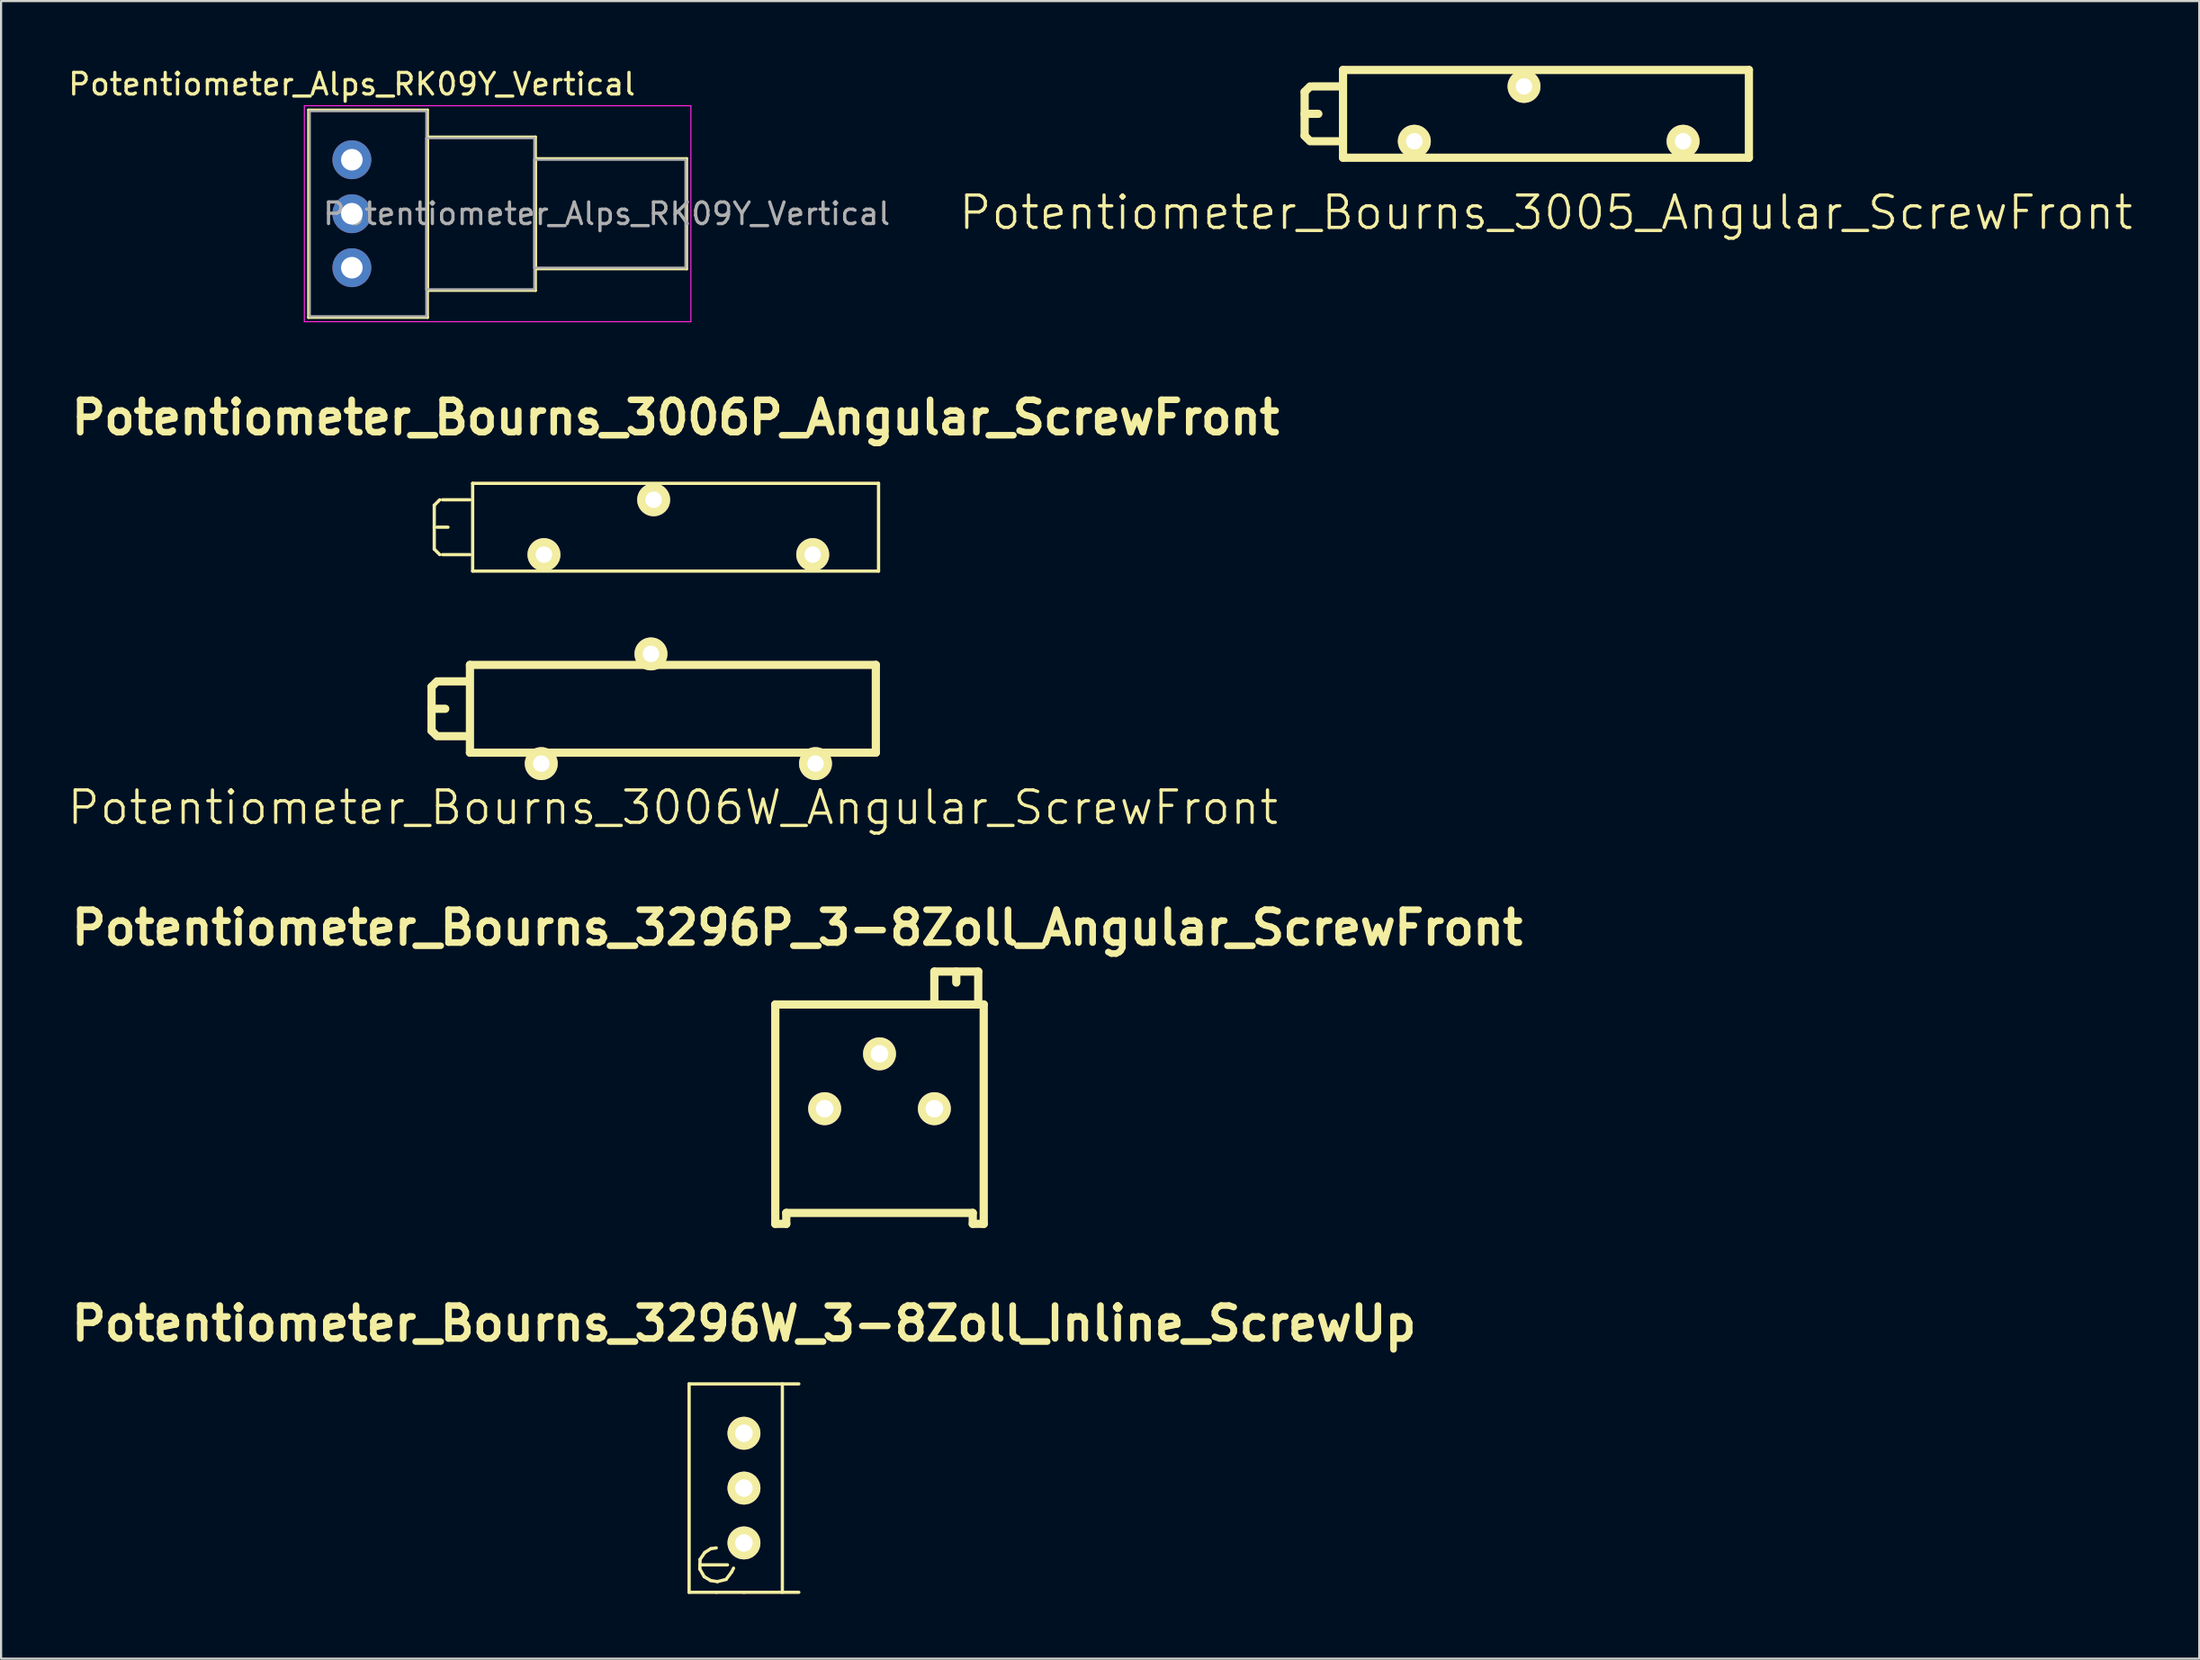
<source format=kicad_pcb>
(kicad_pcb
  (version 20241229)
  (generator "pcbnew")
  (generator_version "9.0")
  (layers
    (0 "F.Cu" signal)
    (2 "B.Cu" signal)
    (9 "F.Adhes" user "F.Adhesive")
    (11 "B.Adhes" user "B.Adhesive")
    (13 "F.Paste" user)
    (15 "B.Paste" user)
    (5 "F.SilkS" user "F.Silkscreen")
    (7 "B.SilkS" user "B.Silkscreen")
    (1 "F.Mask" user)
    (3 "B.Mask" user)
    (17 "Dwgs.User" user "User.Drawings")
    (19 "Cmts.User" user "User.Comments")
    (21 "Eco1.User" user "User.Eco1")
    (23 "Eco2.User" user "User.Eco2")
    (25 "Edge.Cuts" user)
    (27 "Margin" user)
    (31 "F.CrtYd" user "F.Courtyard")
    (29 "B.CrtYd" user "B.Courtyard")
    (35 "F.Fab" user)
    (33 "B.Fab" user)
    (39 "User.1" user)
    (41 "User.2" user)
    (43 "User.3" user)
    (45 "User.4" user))
  (footprint "Potentiometer_Bourns_3296P_3-8Zoll_Angular_ScrewFront"
    (layer "F.Cu")
    (at 37.679 48.296)
    (property "Reference" "Potentiometer_Bourns_3296P_3-8Zoll_Angular_ScrewFront" (at -3.81 -8.382 0) (layer "F.SilkS") (effects (font (size 1.524 1.524) (thickness 0.305))))
    (attr through_hole)
    (fp_line (start -4.826 -4.826) (end -4.826 5.334) (stroke (width 0.381) (type solid)) (layer "F.SilkS"))
    (fp_line (start -4.826 -4.826) (end 4.826 -4.826) (stroke (width 0.381) (type solid)) (layer "F.SilkS"))
    (fp_line (start -4.826 5.334) (end -4.318 5.334) (stroke (width 0.381) (type solid)) (layer "F.SilkS"))
    (fp_line (start -4.318 4.826) (end 4.318 4.826) (stroke (width 0.381) (type solid)) (layer "F.SilkS"))
    (fp_line (start -4.318 5.334) (end -4.318 4.826) (stroke (width 0.381) (type solid)) (layer "F.SilkS"))
    (fp_line (start 2.54 -6.35) (end 4.572 -6.35) (stroke (width 0.381) (type solid)) (layer "F.SilkS"))
    (fp_line (start 2.54 -4.826) (end 2.54 -6.35) (stroke (width 0.381) (type solid)) (layer "F.SilkS"))
    (fp_line (start 3.556 -6.35) (end 3.556 -5.842) (stroke (width 0.381) (type solid)) (layer "F.SilkS"))
    (fp_line (start 4.318 4.826) (end 4.318 5.334) (stroke (width 0.381) (type solid)) (layer "F.SilkS"))
    (fp_line (start 4.318 5.334) (end 4.826 5.334) (stroke (width 0.381) (type solid)) (layer "F.SilkS"))
    (fp_line (start 4.572 -4.826) (end 4.572 -6.35) (stroke (width 0.381) (type solid)) (layer "F.SilkS"))
    (fp_line (start 4.826 5.334) (end 4.826 -4.826) (stroke (width 0.381) (type solid)) (layer "F.SilkS"))
    (pad "1" thru_hole circle (at -2.54 0 90) (size 1.524 1.524) (drill 0.813) (layers "*.Cu" "*.Mask" "F.SilkS"))
    (pad "2" thru_hole circle (at 0 -2.54 90) (size 1.524 1.524) (drill 0.813) (layers "*.Cu" "*.Mask" "F.SilkS"))
    (pad "3" thru_hole circle (at 2.54 0 90) (size 1.524 1.524) (drill 0.813) (layers "*.Cu" "*.Mask" "F.SilkS")))
  (footprint "Potentiometer_Bourns_3296W_3-8Zoll_Inline_ScrewUp"
    (layer "F.Cu")
    (at 31.402 68.417)
    (property "Reference" "Potentiometer_Bourns_3296W_3-8Zoll_Inline_ScrewUp" (at 0 -10.17 0) (layer "F.SilkS") (effects (font (size 1.524 1.524) (thickness 0.305))))
    (attr through_hole)
    (fp_line (start -2.54 -7.376) (end 2.54 -7.376) (stroke (width 0.15) (type solid)) (layer "F.SilkS"))
    (fp_line (start -2.54 2.276) (end -2.54 -7.376) (stroke (width 0.15) (type solid)) (layer "F.SilkS"))
    (fp_line (start -2.045 1.196) (end -1.841 1.552) (stroke (width 0.15) (type solid)) (layer "F.SilkS"))
    (fp_line (start -2.032 0.752) (end -2.045 1.196) (stroke (width 0.15) (type solid)) (layer "F.SilkS"))
    (fp_line (start -2.032 1.006) (end -0.762 1.006) (stroke (width 0.15) (type solid)) (layer "F.SilkS"))
    (fp_line (start -1.841 1.552) (end -1.549 1.73) (stroke (width 0.15) (type solid)) (layer "F.SilkS"))
    (fp_line (start -1.816 0.434) (end -2.032 0.752) (stroke (width 0.15) (type solid)) (layer "F.SilkS"))
    (fp_line (start -1.549 1.73) (end -1.232 1.781) (stroke (width 0.15) (type solid)) (layer "F.SilkS"))
    (fp_line (start -1.537 0.257) (end -1.816 0.434) (stroke (width 0.15) (type solid)) (layer "F.SilkS"))
    (fp_line (start -1.283 0.219) (end -1.537 0.257) (stroke (width 0.15) (type solid)) (layer "F.SilkS"))
    (fp_line (start -1.27 2.276) (end -2.54 2.276) (stroke (width 0.15) (type solid)) (layer "F.SilkS"))
    (fp_line (start -1.232 1.781) (end -0.826 1.679) (stroke (width 0.15) (type solid)) (layer "F.SilkS"))
    (fp_line (start -0.826 1.679) (end -0.572 1.336) (stroke (width 0.15) (type solid)) (layer "F.SilkS"))
    (fp_line (start -0.572 1.336) (end -0.483 1.158) (stroke (width 0.15) (type solid)) (layer "F.SilkS"))
    (fp_line (start 0 2.276) (end -1.27 2.276) (stroke (width 0.15) (type solid)) (layer "F.SilkS"))
    (fp_line (start 1.778 -7.376) (end 1.778 2.276) (stroke (width 0.15) (type solid)) (layer "F.SilkS"))
    (fp_line (start 2.54 2.276) (end 0 2.276) (stroke (width 0.15) (type solid)) (layer "F.SilkS"))
    (pad "1" thru_hole circle (at 0 -0.01) (size 1.524 1.524) (drill 0.813) (layers "*.Cu" "*.Mask" "F.SilkS"))
    (pad "2" thru_hole circle (at 0 -2.55) (size 1.524 1.524) (drill 0.813) (layers "*.Cu" "*.Mask" "F.SilkS"))
    (pad "3" thru_hole circle (at 0 -5.09) (size 1.524 1.524) (drill 0.813) (layers "*.Cu" "*.Mask" "F.SilkS")))
  (footprint "Potentiometer_Bourns_3006P_Angular_ScrewFront"
    (layer "F.Cu")
    (at 34.586 22.636)
    (property "Reference" "Potentiometer_Bourns_3006P_Angular_ScrewFront" (at -6.35 -6.35 0) (layer "F.SilkS") (effects (font (size 1.5 1.5) (thickness 0.305))))
    (attr through_hole)
    (fp_line (start -17.526 -2.286) (end -17.526 -1.27) (stroke (width 0.15) (type solid)) (layer "F.SilkS"))
    (fp_line (start -17.526 -1.27) (end -17.526 -0.254) (stroke (width 0.15) (type solid)) (layer "F.SilkS"))
    (fp_line (start -17.526 -0.254) (end -17.272 0) (stroke (width 0.15) (type solid)) (layer "F.SilkS"))
    (fp_line (start -17.399 -1.27) (end -16.891 -1.27) (stroke (width 0.15) (type solid)) (layer "F.SilkS"))
    (fp_line (start -17.272 -2.54) (end -17.526 -2.286) (stroke (width 0.15) (type solid)) (layer "F.SilkS"))
    (fp_line (start -15.875 -2.54) (end -17.145 -2.54) (stroke (width 0.15) (type solid)) (layer "F.SilkS"))
    (fp_line (start -15.875 0) (end -17.145 0) (stroke (width 0.15) (type solid)) (layer "F.SilkS"))
    (fp_line (start -15.748 0.762) (end -15.748 -3.302) (stroke (width 0.15) (type solid)) (layer "F.SilkS"))
    (fp_line (start -15.748 0.762) (end 3.048 0.762) (stroke (width 0.15) (type solid)) (layer "F.SilkS"))
    (fp_line (start 3.048 -3.302) (end -15.748 -3.302) (stroke (width 0.15) (type solid)) (layer "F.SilkS"))
    (fp_line (start 3.048 0.762) (end 3.048 -3.302) (stroke (width 0.15) (type solid)) (layer "F.SilkS"))
    (pad "1" thru_hole circle (at 0 0) (size 1.524 1.524) (drill 0.762) (layers "*.Cu" "*.Mask" "F.SilkS"))
    (pad "2" thru_hole circle (at -7.366 -2.54) (size 1.524 1.524) (drill 0.762) (layers "*.Cu" "*.Mask" "F.SilkS"))
    (pad "3" thru_hole circle (at -12.446 0) (size 1.524 1.524) (drill 0.762) (layers "*.Cu" "*.Mask" "F.SilkS")))
  (footprint "Potentiometer_Bourns_3005_Angular_ScrewFront"
    (layer "F.Cu")
    (at 68.542 2.222)
    (property "Reference" "Potentiometer_Bourns_3005_Angular_ScrewFront" (at 0 4.572 0) (layer "F.SilkS") (effects (font (size 1.5 1.5) (thickness 0.15))))
    (attr through_hole)
    (fp_line (start -11.176 -1.016) (end -11.176 0) (stroke (width 0.38) (type solid)) (layer "F.SilkS"))
    (fp_line (start -11.176 0) (end -11.176 1.016) (stroke (width 0.38) (type solid)) (layer "F.SilkS"))
    (fp_line (start -11.176 1.016) (end -10.922 1.27) (stroke (width 0.38) (type solid)) (layer "F.SilkS"))
    (fp_line (start -11.049 0) (end -10.541 0) (stroke (width 0.38) (type solid)) (layer "F.SilkS"))
    (fp_line (start -10.922 -1.27) (end -11.176 -1.016) (stroke (width 0.38) (type solid)) (layer "F.SilkS"))
    (fp_line (start -9.525 -1.27) (end -10.795 -1.27) (stroke (width 0.38) (type solid)) (layer "F.SilkS"))
    (fp_line (start -9.525 1.27) (end -10.795 1.27) (stroke (width 0.38) (type solid)) (layer "F.SilkS"))
    (fp_line (start -9.398 2.032) (end -9.398 -2.032) (stroke (width 0.38) (type solid)) (layer "F.SilkS"))
    (fp_line (start -9.398 2.032) (end 9.398 2.032) (stroke (width 0.38) (type solid)) (layer "F.SilkS"))
    (fp_line (start 9.398 -2.032) (end -9.398 -2.032) (stroke (width 0.38) (type solid)) (layer "F.SilkS"))
    (fp_line (start 9.398 2.032) (end 9.398 -2.032) (stroke (width 0.38) (type solid)) (layer "F.SilkS"))
    (pad "1" thru_hole circle (at -6.096 1.27) (size 1.524 1.524) (drill 0.762) (layers "*.Cu" "*.Mask" "F.SilkS"))
    (pad "2" thru_hole circle (at -1.016 -1.27) (size 1.524 1.524) (drill 0.762) (layers "*.Cu" "*.Mask" "F.SilkS"))
    (pad "3" thru_hole circle (at 6.35 1.27) (size 1.524 1.524) (drill 0.762) (layers "*.Cu" "*.Mask" "F.SilkS")))
  (footprint "Potentiometer_Bourns_3006W_Angular_ScrewFront"
    (layer "F.Cu")
    (at 28.111 29.775)
    (property "Reference" "Potentiometer_Bourns_3006W_Angular_ScrewFront" (at 0 4.572 0) (layer "F.SilkS") (effects (font (size 1.5 1.5) (thickness 0.15))))
    (attr through_hole)
    (fp_line (start -11.176 -1.016) (end -11.176 0) (stroke (width 0.38) (type solid)) (layer "F.SilkS"))
    (fp_line (start -11.176 0) (end -11.176 1.016) (stroke (width 0.38) (type solid)) (layer "F.SilkS"))
    (fp_line (start -11.176 1.016) (end -10.922 1.27) (stroke (width 0.38) (type solid)) (layer "F.SilkS"))
    (fp_line (start -11.049 0) (end -10.541 0) (stroke (width 0.38) (type solid)) (layer "F.SilkS"))
    (fp_line (start -10.922 -1.27) (end -11.176 -1.016) (stroke (width 0.38) (type solid)) (layer "F.SilkS"))
    (fp_line (start -9.525 -1.27) (end -10.795 -1.27) (stroke (width 0.38) (type solid)) (layer "F.SilkS"))
    (fp_line (start -9.525 1.27) (end -10.795 1.27) (stroke (width 0.38) (type solid)) (layer "F.SilkS"))
    (fp_line (start -9.398 2.032) (end -9.398 -2.032) (stroke (width 0.38) (type solid)) (layer "F.SilkS"))
    (fp_line (start -9.398 2.032) (end 9.398 2.032) (stroke (width 0.38) (type solid)) (layer "F.SilkS"))
    (fp_line (start 9.398 -2.032) (end -9.398 -2.032) (stroke (width 0.38) (type solid)) (layer "F.SilkS"))
    (fp_line (start 9.398 2.032) (end 9.398 -2.032) (stroke (width 0.38) (type solid)) (layer "F.SilkS"))
    (pad "1" thru_hole circle (at -6.096 2.54) (size 1.524 1.524) (drill 0.762) (layers "*.Cu" "*.Mask" "F.SilkS"))
    (pad "2" thru_hole circle (at -1.016 -2.54) (size 1.524 1.524) (drill 0.762) (layers "*.Cu" "*.Mask" "F.SilkS"))
    (pad "3" thru_hole circle (at 6.604 2.54) (size 1.524 1.524) (drill 0.762) (layers "*.Cu" "*.Mask" "F.SilkS")))
  (footprint "Potentiometer_Alps_RK09Y_Vertical"
    (layer "F.Cu")
    (at 13.244 9.348)
    (property "Reference" "Potentiometer_Alps_RK09Y_Vertical" (at 0 -8.5 0) (layer "F.SilkS") (effects (font (size 1 1) (thickness 0.15))))
    (attr through_hole)
    (fp_line (start -2.011 -7.31) (end -2.011 2.31) (stroke (width 0.12) (type solid)) (layer "F.SilkS"))
    (fp_line (start -2.011 -7.31) (end 3.51 -7.31) (stroke (width 0.12) (type solid)) (layer "F.SilkS"))
    (fp_line (start -2.011 2.31) (end 3.51 2.31) (stroke (width 0.12) (type solid)) (layer "F.SilkS"))
    (fp_line (start 3.51 -7.31) (end 3.51 2.31) (stroke (width 0.12) (type solid)) (layer "F.SilkS"))
    (fp_line (start 3.51 -6.06) (end 3.51 1.06) (stroke (width 0.12) (type solid)) (layer "F.SilkS"))
    (fp_line (start 3.51 -6.06) (end 8.51 -6.06) (stroke (width 0.12) (type solid)) (layer "F.SilkS"))
    (fp_line (start 3.51 1.06) (end 8.51 1.06) (stroke (width 0.12) (type solid)) (layer "F.SilkS"))
    (fp_line (start 8.51 -6.06) (end 8.51 1.06) (stroke (width 0.12) (type solid)) (layer "F.SilkS"))
    (fp_line (start 8.51 -5.06) (end 8.51 0.06) (stroke (width 0.12) (type solid)) (layer "F.SilkS"))
    (fp_line (start 8.51 -5.06) (end 15.51 -5.06) (stroke (width 0.12) (type solid)) (layer "F.SilkS"))
    (fp_line (start 8.51 0.06) (end 15.51 0.06) (stroke (width 0.12) (type solid)) (layer "F.SilkS"))
    (fp_line (start 15.51 -5.06) (end 15.51 0.06) (stroke (width 0.12) (type solid)) (layer "F.SilkS"))
    (fp_line (start -2.2 -7.5) (end -2.2 2.5) (stroke (width 0.05) (type solid)) (layer "F.CrtYd"))
    (fp_line (start -2.2 2.5) (end 15.7 2.5) (stroke (width 0.05) (type solid)) (layer "F.CrtYd"))
    (fp_line (start 15.7 -7.5) (end -2.2 -7.5) (stroke (width 0.05) (type solid)) (layer "F.CrtYd"))
    (fp_line (start 15.7 2.5) (end 15.7 -7.5) (stroke (width 0.05) (type solid)) (layer "F.CrtYd"))
    (fp_line (start -1.95 -7.25) (end -1.95 2.25) (stroke (width 0.1) (type solid)) (layer "F.Fab"))
    (fp_line (start -1.95 2.25) (end 3.45 2.25) (stroke (width 0.1) (type solid)) (layer "F.Fab"))
    (fp_line (start 3.45 -7.25) (end -1.95 -7.25) (stroke (width 0.1) (type solid)) (layer "F.Fab"))
    (fp_line (start 3.45 -6) (end 3.45 1) (stroke (width 0.1) (type solid)) (layer "F.Fab"))
    (fp_line (start 3.45 1) (end 8.45 1) (stroke (width 0.1) (type solid)) (layer "F.Fab"))
    (fp_line (start 3.45 2.25) (end 3.45 -7.25) (stroke (width 0.1) (type solid)) (layer "F.Fab"))
    (fp_line (start 8.45 -6) (end 3.45 -6) (stroke (width 0.1) (type solid)) (layer "F.Fab"))
    (fp_line (start 8.45 -5) (end 8.45 0) (stroke (width 0.1) (type solid)) (layer "F.Fab"))
    (fp_line (start 8.45 0) (end 15.45 0) (stroke (width 0.1) (type solid)) (layer "F.Fab"))
    (fp_line (start 8.45 1) (end 8.45 -6) (stroke (width 0.1) (type solid)) (layer "F.Fab"))
    (fp_line (start 15.45 -5) (end 8.45 -5) (stroke (width 0.1) (type solid)) (layer "F.Fab"))
    (fp_line (start 15.45 0) (end 15.45 -5) (stroke (width 0.1) (type solid)) (layer "F.Fab"))
    (fp_text user "${REFERENCE}" (at 11.8 -2.5 0) (layer "F.Fab") (effects (font (size 1 1) (thickness 0.15))))
    (pad "1" thru_hole circle (at 0 0) (size 1.8 1.8) (drill 1) (layers "*.Cu" "*.Mask"))
    (pad "2" thru_hole circle (at 0 -2.5) (size 1.8 1.8) (drill 1) (layers "*.Cu" "*.Mask"))
    (pad "3" thru_hole circle (at 0 -5) (size 1.8 1.8) (drill 1) (layers "*.Cu" "*.Mask")))
  (gr_rect
    (start -3 -3)
    (end 98.795 73.768)
    (stroke (width 0.1) (type default))
    (fill no)
    (layer "Edge.Cuts")))
</source>
